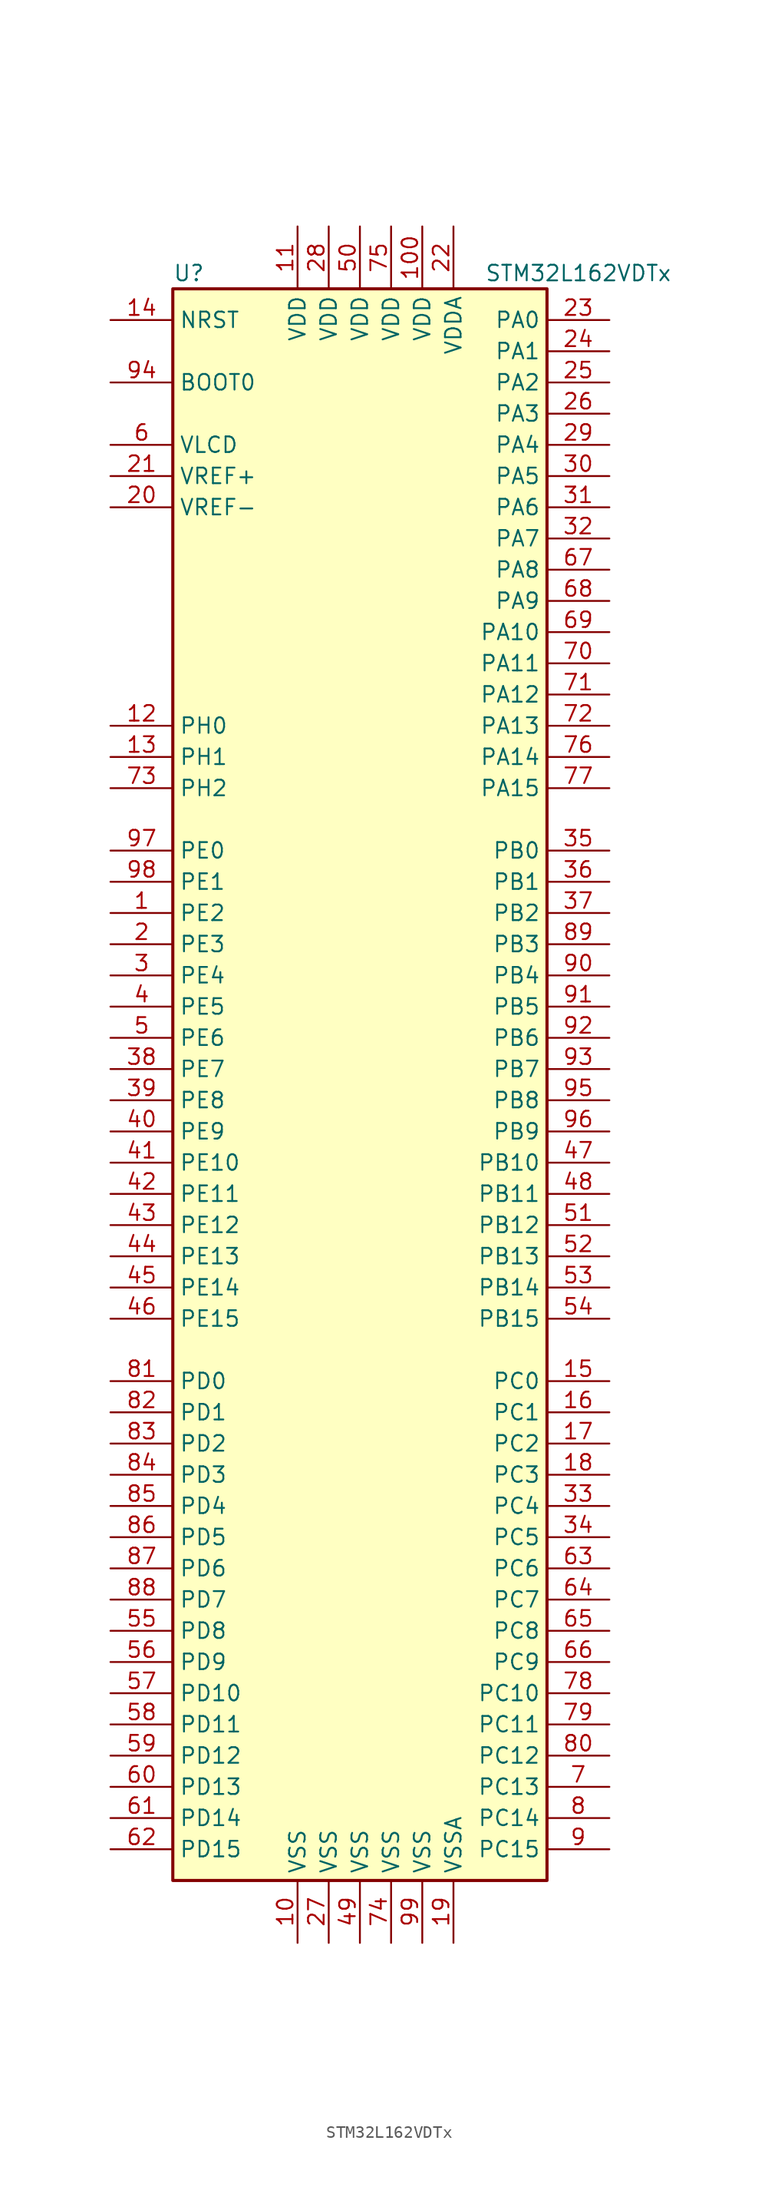
<source format=kicad_sym>
(kicad_symbol_lib
  (version 20201005)
  (generator kicad_symbol_editor)
  (symbol "MCU_ST_STM32L1:STM32L162VDTx"
    (property "Reference" "U"
      (at -15.24 64.77 0)
      (effects (font (size 1.27 1.27)) (justify left)))
    (property "Value" "STM32L162VDTx"
      (at 10.16 64.77 0)
      (effects (font (size 1.27 1.27)) (justify left)))
    (symbol "STM32L162VDTx_0_1"
      (rectangle (start -15.24 -66.04) (end 15.24 63.5) (stroke (width 0.254)) (fill (type background))))
    (symbol "STM32L162VDTx_1_1"
      (pin input line (at -20.32 55.88 0) (length 5.08) (name "BOOT0" (effects (font (size 1.27 1.27)))) (number "94" (effects (font (size 1.27 1.27)))))
      (pin input line (at -20.32 60.96 0) (length 5.08) (name "NRST" (effects (font (size 1.27 1.27)))) (number "14" (effects (font (size 1.27 1.27)))))
      (pin bidirectional line (at 20.32 60.96 180) (length 5.08) (name "PA0" (effects (font (size 1.27 1.27)))) (number "23" (effects (font (size 1.27 1.27)))))
      (pin bidirectional line (at 20.32 58.42 180) (length 5.08) (name "PA1" (effects (font (size 1.27 1.27)))) (number "24" (effects (font (size 1.27 1.27)))))
      (pin bidirectional line (at 20.32 35.56 180) (length 5.08) (name "PA10" (effects (font (size 1.27 1.27)))) (number "69" (effects (font (size 1.27 1.27)))))
      (pin bidirectional line (at 20.32 33.02 180) (length 5.08) (name "PA11" (effects (font (size 1.27 1.27)))) (number "70" (effects (font (size 1.27 1.27)))))
      (pin bidirectional line (at 20.32 30.48 180) (length 5.08) (name "PA12" (effects (font (size 1.27 1.27)))) (number "71" (effects (font (size 1.27 1.27)))))
      (pin bidirectional line (at 20.32 27.94 180) (length 5.08) (name "PA13" (effects (font (size 1.27 1.27)))) (number "72" (effects (font (size 1.27 1.27)))))
      (pin bidirectional line (at 20.32 25.4 180) (length 5.08) (name "PA14" (effects (font (size 1.27 1.27)))) (number "76" (effects (font (size 1.27 1.27)))))
      (pin bidirectional line (at 20.32 22.86 180) (length 5.08) (name "PA15" (effects (font (size 1.27 1.27)))) (number "77" (effects (font (size 1.27 1.27)))))
      (pin bidirectional line (at 20.32 55.88 180) (length 5.08) (name "PA2" (effects (font (size 1.27 1.27)))) (number "25" (effects (font (size 1.27 1.27)))))
      (pin bidirectional line (at 20.32 53.34 180) (length 5.08) (name "PA3" (effects (font (size 1.27 1.27)))) (number "26" (effects (font (size 1.27 1.27)))))
      (pin bidirectional line (at 20.32 50.8 180) (length 5.08) (name "PA4" (effects (font (size 1.27 1.27)))) (number "29" (effects (font (size 1.27 1.27)))))
      (pin bidirectional line (at 20.32 48.26 180) (length 5.08) (name "PA5" (effects (font (size 1.27 1.27)))) (number "30" (effects (font (size 1.27 1.27)))))
      (pin bidirectional line (at 20.32 45.72 180) (length 5.08) (name "PA6" (effects (font (size 1.27 1.27)))) (number "31" (effects (font (size 1.27 1.27)))))
      (pin bidirectional line (at 20.32 43.18 180) (length 5.08) (name "PA7" (effects (font (size 1.27 1.27)))) (number "32" (effects (font (size 1.27 1.27)))))
      (pin bidirectional line (at 20.32 40.64 180) (length 5.08) (name "PA8" (effects (font (size 1.27 1.27)))) (number "67" (effects (font (size 1.27 1.27)))))
      (pin bidirectional line (at 20.32 38.1 180) (length 5.08) (name "PA9" (effects (font (size 1.27 1.27)))) (number "68" (effects (font (size 1.27 1.27)))))
      (pin bidirectional line (at 20.32 17.78 180) (length 5.08) (name "PB0" (effects (font (size 1.27 1.27)))) (number "35" (effects (font (size 1.27 1.27)))))
      (pin bidirectional line (at 20.32 15.24 180) (length 5.08) (name "PB1" (effects (font (size 1.27 1.27)))) (number "36" (effects (font (size 1.27 1.27)))))
      (pin bidirectional line (at 20.32 -7.62 180) (length 5.08) (name "PB10" (effects (font (size 1.27 1.27)))) (number "47" (effects (font (size 1.27 1.27)))))
      (pin bidirectional line (at 20.32 -10.16 180) (length 5.08) (name "PB11" (effects (font (size 1.27 1.27)))) (number "48" (effects (font (size 1.27 1.27)))))
      (pin bidirectional line (at 20.32 -12.7 180) (length 5.08) (name "PB12" (effects (font (size 1.27 1.27)))) (number "51" (effects (font (size 1.27 1.27)))))
      (pin bidirectional line (at 20.32 -15.24 180) (length 5.08) (name "PB13" (effects (font (size 1.27 1.27)))) (number "52" (effects (font (size 1.27 1.27)))))
      (pin bidirectional line (at 20.32 -17.78 180) (length 5.08) (name "PB14" (effects (font (size 1.27 1.27)))) (number "53" (effects (font (size 1.27 1.27)))))
      (pin bidirectional line (at 20.32 -20.32 180) (length 5.08) (name "PB15" (effects (font (size 1.27 1.27)))) (number "54" (effects (font (size 1.27 1.27)))))
      (pin bidirectional line (at 20.32 12.7 180) (length 5.08) (name "PB2" (effects (font (size 1.27 1.27)))) (number "37" (effects (font (size 1.27 1.27)))))
      (pin bidirectional line (at 20.32 10.16 180) (length 5.08) (name "PB3" (effects (font (size 1.27 1.27)))) (number "89" (effects (font (size 1.27 1.27)))))
      (pin bidirectional line (at 20.32 7.62 180) (length 5.08) (name "PB4" (effects (font (size 1.27 1.27)))) (number "90" (effects (font (size 1.27 1.27)))))
      (pin bidirectional line (at 20.32 5.08 180) (length 5.08) (name "PB5" (effects (font (size 1.27 1.27)))) (number "91" (effects (font (size 1.27 1.27)))))
      (pin bidirectional line (at 20.32 2.54 180) (length 5.08) (name "PB6" (effects (font (size 1.27 1.27)))) (number "92" (effects (font (size 1.27 1.27)))))
      (pin bidirectional line (at 20.32 0 180) (length 5.08) (name "PB7" (effects (font (size 1.27 1.27)))) (number "93" (effects (font (size 1.27 1.27)))))
      (pin bidirectional line (at 20.32 -2.54 180) (length 5.08) (name "PB8" (effects (font (size 1.27 1.27)))) (number "95" (effects (font (size 1.27 1.27)))))
      (pin bidirectional line (at 20.32 -5.08 180) (length 5.08) (name "PB9" (effects (font (size 1.27 1.27)))) (number "96" (effects (font (size 1.27 1.27)))))
      (pin bidirectional line (at 20.32 -25.4 180) (length 5.08) (name "PC0" (effects (font (size 1.27 1.27)))) (number "15" (effects (font (size 1.27 1.27)))))
      (pin bidirectional line (at 20.32 -27.94 180) (length 5.08) (name "PC1" (effects (font (size 1.27 1.27)))) (number "16" (effects (font (size 1.27 1.27)))))
      (pin bidirectional line (at 20.32 -50.8 180) (length 5.08) (name "PC10" (effects (font (size 1.27 1.27)))) (number "78" (effects (font (size 1.27 1.27)))))
      (pin bidirectional line (at 20.32 -53.34 180) (length 5.08) (name "PC11" (effects (font (size 1.27 1.27)))) (number "79" (effects (font (size 1.27 1.27)))))
      (pin bidirectional line (at 20.32 -55.88 180) (length 5.08) (name "PC12" (effects (font (size 1.27 1.27)))) (number "80" (effects (font (size 1.27 1.27)))))
      (pin bidirectional line (at 20.32 -58.42 180) (length 5.08) (name "PC13" (effects (font (size 1.27 1.27)))) (number "7" (effects (font (size 1.27 1.27)))))
      (pin bidirectional line (at 20.32 -60.96 180) (length 5.08) (name "PC14" (effects (font (size 1.27 1.27)))) (number "8" (effects (font (size 1.27 1.27)))))
      (pin bidirectional line (at 20.32 -63.5 180) (length 5.08) (name "PC15" (effects (font (size 1.27 1.27)))) (number "9" (effects (font (size 1.27 1.27)))))
      (pin bidirectional line (at 20.32 -30.48 180) (length 5.08) (name "PC2" (effects (font (size 1.27 1.27)))) (number "17" (effects (font (size 1.27 1.27)))))
      (pin bidirectional line (at 20.32 -33.02 180) (length 5.08) (name "PC3" (effects (font (size 1.27 1.27)))) (number "18" (effects (font (size 1.27 1.27)))))
      (pin bidirectional line (at 20.32 -35.56 180) (length 5.08) (name "PC4" (effects (font (size 1.27 1.27)))) (number "33" (effects (font (size 1.27 1.27)))))
      (pin bidirectional line (at 20.32 -38.1 180) (length 5.08) (name "PC5" (effects (font (size 1.27 1.27)))) (number "34" (effects (font (size 1.27 1.27)))))
      (pin bidirectional line (at 20.32 -40.64 180) (length 5.08) (name "PC6" (effects (font (size 1.27 1.27)))) (number "63" (effects (font (size 1.27 1.27)))))
      (pin bidirectional line (at 20.32 -43.18 180) (length 5.08) (name "PC7" (effects (font (size 1.27 1.27)))) (number "64" (effects (font (size 1.27 1.27)))))
      (pin bidirectional line (at 20.32 -45.72 180) (length 5.08) (name "PC8" (effects (font (size 1.27 1.27)))) (number "65" (effects (font (size 1.27 1.27)))))
      (pin bidirectional line (at 20.32 -48.26 180) (length 5.08) (name "PC9" (effects (font (size 1.27 1.27)))) (number "66" (effects (font (size 1.27 1.27)))))
      (pin bidirectional line (at -20.32 -25.4 0) (length 5.08) (name "PD0" (effects (font (size 1.27 1.27)))) (number "81" (effects (font (size 1.27 1.27)))))
      (pin bidirectional line (at -20.32 -27.94 0) (length 5.08) (name "PD1" (effects (font (size 1.27 1.27)))) (number "82" (effects (font (size 1.27 1.27)))))
      (pin bidirectional line (at -20.32 -50.8 0) (length 5.08) (name "PD10" (effects (font (size 1.27 1.27)))) (number "57" (effects (font (size 1.27 1.27)))))
      (pin bidirectional line (at -20.32 -53.34 0) (length 5.08) (name "PD11" (effects (font (size 1.27 1.27)))) (number "58" (effects (font (size 1.27 1.27)))))
      (pin bidirectional line (at -20.32 -55.88 0) (length 5.08) (name "PD12" (effects (font (size 1.27 1.27)))) (number "59" (effects (font (size 1.27 1.27)))))
      (pin bidirectional line (at -20.32 -58.42 0) (length 5.08) (name "PD13" (effects (font (size 1.27 1.27)))) (number "60" (effects (font (size 1.27 1.27)))))
      (pin bidirectional line (at -20.32 -60.96 0) (length 5.08) (name "PD14" (effects (font (size 1.27 1.27)))) (number "61" (effects (font (size 1.27 1.27)))))
      (pin bidirectional line (at -20.32 -63.5 0) (length 5.08) (name "PD15" (effects (font (size 1.27 1.27)))) (number "62" (effects (font (size 1.27 1.27)))))
      (pin bidirectional line (at -20.32 -30.48 0) (length 5.08) (name "PD2" (effects (font (size 1.27 1.27)))) (number "83" (effects (font (size 1.27 1.27)))))
      (pin bidirectional line (at -20.32 -33.02 0) (length 5.08) (name "PD3" (effects (font (size 1.27 1.27)))) (number "84" (effects (font (size 1.27 1.27)))))
      (pin bidirectional line (at -20.32 -35.56 0) (length 5.08) (name "PD4" (effects (font (size 1.27 1.27)))) (number "85" (effects (font (size 1.27 1.27)))))
      (pin bidirectional line (at -20.32 -38.1 0) (length 5.08) (name "PD5" (effects (font (size 1.27 1.27)))) (number "86" (effects (font (size 1.27 1.27)))))
      (pin bidirectional line (at -20.32 -40.64 0) (length 5.08) (name "PD6" (effects (font (size 1.27 1.27)))) (number "87" (effects (font (size 1.27 1.27)))))
      (pin bidirectional line (at -20.32 -43.18 0) (length 5.08) (name "PD7" (effects (font (size 1.27 1.27)))) (number "88" (effects (font (size 1.27 1.27)))))
      (pin bidirectional line (at -20.32 -45.72 0) (length 5.08) (name "PD8" (effects (font (size 1.27 1.27)))) (number "55" (effects (font (size 1.27 1.27)))))
      (pin bidirectional line (at -20.32 -48.26 0) (length 5.08) (name "PD9" (effects (font (size 1.27 1.27)))) (number "56" (effects (font (size 1.27 1.27)))))
      (pin bidirectional line (at -20.32 17.78 0) (length 5.08) (name "PE0" (effects (font (size 1.27 1.27)))) (number "97" (effects (font (size 1.27 1.27)))))
      (pin bidirectional line (at -20.32 15.24 0) (length 5.08) (name "PE1" (effects (font (size 1.27 1.27)))) (number "98" (effects (font (size 1.27 1.27)))))
      (pin bidirectional line (at -20.32 -7.62 0) (length 5.08) (name "PE10" (effects (font (size 1.27 1.27)))) (number "41" (effects (font (size 1.27 1.27)))))
      (pin bidirectional line (at -20.32 -10.16 0) (length 5.08) (name "PE11" (effects (font (size 1.27 1.27)))) (number "42" (effects (font (size 1.27 1.27)))))
      (pin bidirectional line (at -20.32 -12.7 0) (length 5.08) (name "PE12" (effects (font (size 1.27 1.27)))) (number "43" (effects (font (size 1.27 1.27)))))
      (pin bidirectional line (at -20.32 -15.24 0) (length 5.08) (name "PE13" (effects (font (size 1.27 1.27)))) (number "44" (effects (font (size 1.27 1.27)))))
      (pin bidirectional line (at -20.32 -17.78 0) (length 5.08) (name "PE14" (effects (font (size 1.27 1.27)))) (number "45" (effects (font (size 1.27 1.27)))))
      (pin bidirectional line (at -20.32 -20.32 0) (length 5.08) (name "PE15" (effects (font (size 1.27 1.27)))) (number "46" (effects (font (size 1.27 1.27)))))
      (pin bidirectional line (at -20.32 12.7 0) (length 5.08) (name "PE2" (effects (font (size 1.27 1.27)))) (number "1" (effects (font (size 1.27 1.27)))))
      (pin bidirectional line (at -20.32 10.16 0) (length 5.08) (name "PE3" (effects (font (size 1.27 1.27)))) (number "2" (effects (font (size 1.27 1.27)))))
      (pin bidirectional line (at -20.32 7.62 0) (length 5.08) (name "PE4" (effects (font (size 1.27 1.27)))) (number "3" (effects (font (size 1.27 1.27)))))
      (pin bidirectional line (at -20.32 5.08 0) (length 5.08) (name "PE5" (effects (font (size 1.27 1.27)))) (number "4" (effects (font (size 1.27 1.27)))))
      (pin bidirectional line (at -20.32 2.54 0) (length 5.08) (name "PE6" (effects (font (size 1.27 1.27)))) (number "5" (effects (font (size 1.27 1.27)))))
      (pin bidirectional line (at -20.32 0 0) (length 5.08) (name "PE7" (effects (font (size 1.27 1.27)))) (number "38" (effects (font (size 1.27 1.27)))))
      (pin bidirectional line (at -20.32 -2.54 0) (length 5.08) (name "PE8" (effects (font (size 1.27 1.27)))) (number "39" (effects (font (size 1.27 1.27)))))
      (pin bidirectional line (at -20.32 -5.08 0) (length 5.08) (name "PE9" (effects (font (size 1.27 1.27)))) (number "40" (effects (font (size 1.27 1.27)))))
      (pin input line (at -20.32 27.94 0) (length 5.08) (name "PH0" (effects (font (size 1.27 1.27)))) (number "12" (effects (font (size 1.27 1.27)))))
      (pin input line (at -20.32 25.4 0) (length 5.08) (name "PH1" (effects (font (size 1.27 1.27)))) (number "13" (effects (font (size 1.27 1.27)))))
      (pin bidirectional line (at -20.32 22.86 0) (length 5.08) (name "PH2" (effects (font (size 1.27 1.27)))) (number "73" (effects (font (size 1.27 1.27)))))
      (pin power_in line (at 5.08 68.58 270) (length 5.08) (name "VDD" (effects (font (size 1.27 1.27)))) (number "100" (effects (font (size 1.27 1.27)))))
      (pin power_in line (at -5.08 68.58 270) (length 5.08) (name "VDD" (effects (font (size 1.27 1.27)))) (number "11" (effects (font (size 1.27 1.27)))))
      (pin power_in line (at -2.54 68.58 270) (length 5.08) (name "VDD" (effects (font (size 1.27 1.27)))) (number "28" (effects (font (size 1.27 1.27)))))
      (pin power_in line (at 0 68.58 270) (length 5.08) (name "VDD" (effects (font (size 1.27 1.27)))) (number "50" (effects (font (size 1.27 1.27)))))
      (pin power_in line (at 2.54 68.58 270) (length 5.08) (name "VDD" (effects (font (size 1.27 1.27)))) (number "75" (effects (font (size 1.27 1.27)))))
      (pin power_in line (at 7.62 68.58 270) (length 5.08) (name "VDDA" (effects (font (size 1.27 1.27)))) (number "22" (effects (font (size 1.27 1.27)))))
      (pin power_in line (at -20.32 50.8 0) (length 5.08) (name "VLCD" (effects (font (size 1.27 1.27)))) (number "6" (effects (font (size 1.27 1.27)))))
      (pin power_in line (at -20.32 48.26 0) (length 5.08) (name "VREF+" (effects (font (size 1.27 1.27)))) (number "21" (effects (font (size 1.27 1.27)))))
      (pin power_in line (at -20.32 45.72 0) (length 5.08) (name "VREF-" (effects (font (size 1.27 1.27)))) (number "20" (effects (font (size 1.27 1.27)))))
      (pin power_in line (at -5.08 -71.12 90) (length 5.08) (name "VSS" (effects (font (size 1.27 1.27)))) (number "10" (effects (font (size 1.27 1.27)))))
      (pin power_in line (at -2.54 -71.12 90) (length 5.08) (name "VSS" (effects (font (size 1.27 1.27)))) (number "27" (effects (font (size 1.27 1.27)))))
      (pin power_in line (at 0 -71.12 90) (length 5.08) (name "VSS" (effects (font (size 1.27 1.27)))) (number "49" (effects (font (size 1.27 1.27)))))
      (pin power_in line (at 2.54 -71.12 90) (length 5.08) (name "VSS" (effects (font (size 1.27 1.27)))) (number "74" (effects (font (size 1.27 1.27)))))
      (pin power_in line (at 5.08 -71.12 90) (length 5.08) (name "VSS" (effects (font (size 1.27 1.27)))) (number "99" (effects (font (size 1.27 1.27)))))
      (pin power_in line (at 7.62 -71.12 90) (length 5.08) (name "VSSA" (effects (font (size 1.27 1.27)))) (number "19" (effects (font (size 1.27 1.27))))))))
</source>
